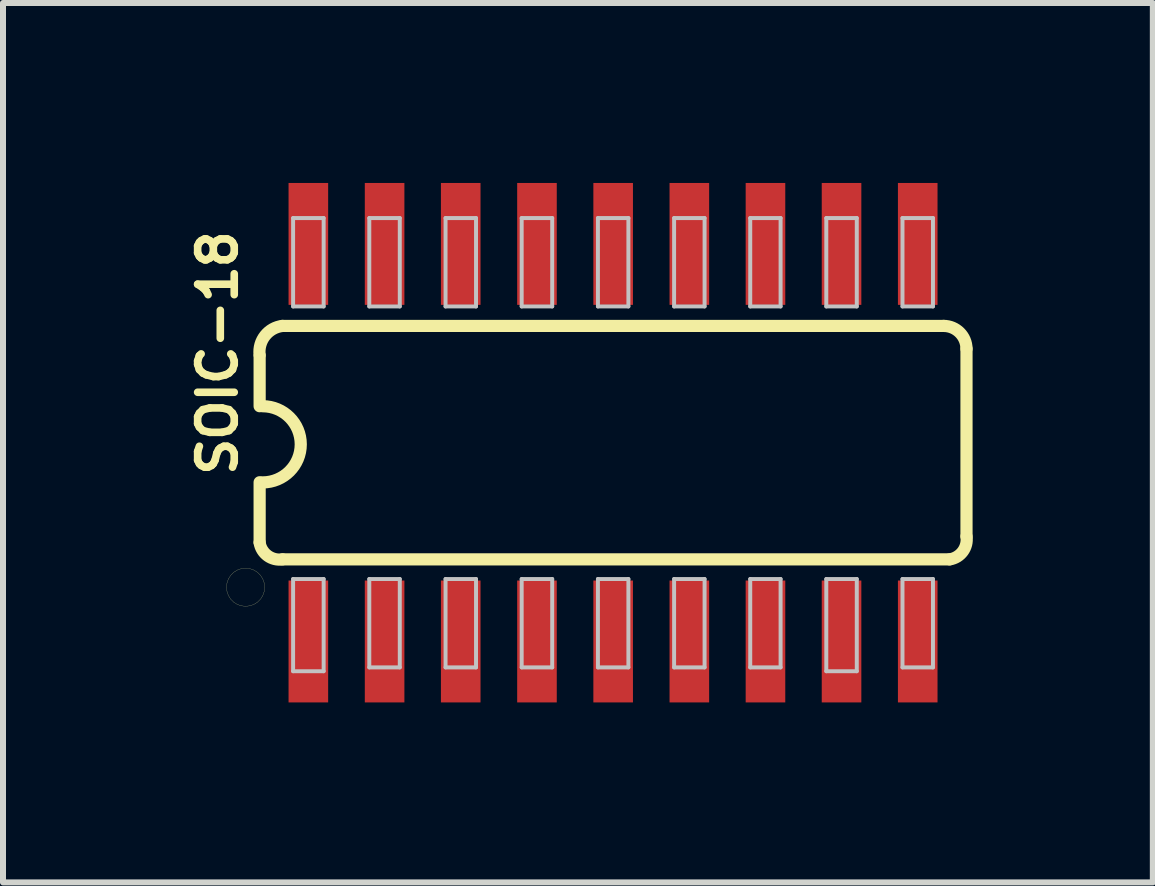
<source format=kicad_pcb>
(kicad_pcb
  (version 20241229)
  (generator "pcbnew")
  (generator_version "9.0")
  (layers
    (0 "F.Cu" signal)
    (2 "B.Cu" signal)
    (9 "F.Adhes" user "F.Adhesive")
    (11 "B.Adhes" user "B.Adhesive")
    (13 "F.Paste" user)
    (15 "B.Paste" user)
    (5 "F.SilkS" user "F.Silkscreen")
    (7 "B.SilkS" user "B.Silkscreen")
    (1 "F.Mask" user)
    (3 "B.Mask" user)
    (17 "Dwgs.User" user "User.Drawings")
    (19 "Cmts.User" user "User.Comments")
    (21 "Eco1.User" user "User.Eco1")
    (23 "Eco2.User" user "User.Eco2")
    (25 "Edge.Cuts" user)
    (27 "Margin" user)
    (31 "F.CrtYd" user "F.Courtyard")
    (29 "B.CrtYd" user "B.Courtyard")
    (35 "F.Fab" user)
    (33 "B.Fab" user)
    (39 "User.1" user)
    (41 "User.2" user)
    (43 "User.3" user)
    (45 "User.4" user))
  (footprint "SOIC-18"
    (layer "F.Cu")
    (at 9.774 4.359)
    (property "Reference" "SOIC-18" (at -9.195 -1.524 90) (layer "F.SilkS") (effects (font (size 0.61 0.61) (thickness 0.127))))
    (attr smd)
    (fp_line (start -9.047 2.38) (end -9.04 2.451) (stroke (width 0.003) (type solid)) (layer "F.SilkS"))
    (fp_line (start -9.04 2.309) (end -9.047 2.38) (stroke (width 0.003) (type solid)) (layer "F.SilkS"))
    (fp_line (start -9.04 2.451) (end -9.017 2.517) (stroke (width 0.003) (type solid)) (layer "F.SilkS"))
    (fp_line (start -9.017 2.243) (end -9.04 2.309) (stroke (width 0.003) (type solid)) (layer "F.SilkS"))
    (fp_line (start -9.017 2.517) (end -8.979 2.578) (stroke (width 0.003) (type solid)) (layer "F.SilkS"))
    (fp_line (start -8.979 2.182) (end -9.017 2.243) (stroke (width 0.003) (type solid)) (layer "F.SilkS"))
    (fp_line (start -8.979 2.578) (end -8.928 2.629) (stroke (width 0.003) (type solid)) (layer "F.SilkS"))
    (fp_line (start -8.928 2.131) (end -8.979 2.182) (stroke (width 0.003) (type solid)) (layer "F.SilkS"))
    (fp_line (start -8.928 2.629) (end -8.867 2.667) (stroke (width 0.003) (type solid)) (layer "F.SilkS"))
    (fp_line (start -8.867 2.093) (end -8.928 2.131) (stroke (width 0.003) (type solid)) (layer "F.SilkS"))
    (fp_line (start -8.867 2.667) (end -8.801 2.69) (stroke (width 0.003) (type solid)) (layer "F.SilkS"))
    (fp_line (start -8.801 2.07) (end -8.867 2.093) (stroke (width 0.003) (type solid)) (layer "F.SilkS"))
    (fp_line (start -8.801 2.69) (end -8.73 2.697) (stroke (width 0.003) (type solid)) (layer "F.SilkS"))
    (fp_line (start -8.73 2.062) (end -8.801 2.07) (stroke (width 0.003) (type solid)) (layer "F.SilkS"))
    (fp_line (start -8.73 2.697) (end -8.659 2.69) (stroke (width 0.003) (type solid)) (layer "F.SilkS"))
    (fp_line (start -8.659 2.07) (end -8.73 2.062) (stroke (width 0.003) (type solid)) (layer "F.SilkS"))
    (fp_line (start -8.659 2.69) (end -8.593 2.667) (stroke (width 0.003) (type solid)) (layer "F.SilkS"))
    (fp_line (start -8.593 2.093) (end -8.659 2.07) (stroke (width 0.003) (type solid)) (layer "F.SilkS"))
    (fp_line (start -8.593 2.667) (end -8.532 2.629) (stroke (width 0.003) (type solid)) (layer "F.SilkS"))
    (fp_line (start -8.532 2.131) (end -8.593 2.093) (stroke (width 0.003) (type solid)) (layer "F.SilkS"))
    (fp_line (start -8.532 2.629) (end -8.481 2.578) (stroke (width 0.003) (type solid)) (layer "F.SilkS"))
    (fp_line (start -8.496 -1.481) (end -8.496 -0.638) (stroke (width 0.203) (type solid)) (layer "F.SilkS"))
    (fp_line (start -8.496 1.633) (end -8.496 0.63) (stroke (width 0.203) (type solid)) (layer "F.SilkS"))
    (fp_line (start -8.481 2.182) (end -8.532 2.131) (stroke (width 0.003) (type solid)) (layer "F.SilkS"))
    (fp_line (start -8.481 2.578) (end -8.443 2.517) (stroke (width 0.003) (type solid)) (layer "F.SilkS"))
    (fp_line (start -8.443 2.243) (end -8.481 2.182) (stroke (width 0.003) (type solid)) (layer "F.SilkS"))
    (fp_line (start -8.443 2.517) (end -8.42 2.451) (stroke (width 0.003) (type solid)) (layer "F.SilkS"))
    (fp_line (start -8.42 2.309) (end -8.443 2.243) (stroke (width 0.003) (type solid)) (layer "F.SilkS"))
    (fp_line (start -8.42 2.451) (end -8.412 2.38) (stroke (width 0.003) (type solid)) (layer "F.SilkS"))
    (fp_line (start -8.412 2.38) (end -8.42 2.309) (stroke (width 0.003) (type solid)) (layer "F.SilkS"))
    (fp_line (start -8.115 1.915) (end 3.005 1.915) (stroke (width 0.203) (type solid)) (layer "F.SilkS"))
    (fp_line (start 2.906 -1.976) (end -8.115 -1.976) (stroke (width 0.203) (type solid)) (layer "F.SilkS"))
    (fp_line (start 3.287 1.534) (end 3.287 -1.595) (stroke (width 0.203) (type solid)) (layer "F.SilkS"))
    (fp_arc (start -8.4963 -1.49352) (mid -8.40575 -1.813728) (end -8.1153 -1.97612) (stroke (width 0.2032) (type solid)) (layer "F.SilkS"))
    (fp_arc (start -8.4455 -0.63754) (mid -7.8105 -0.00254) (end -8.4455 0.63246) (stroke (width 0.2032) (type solid)) (layer "F.SilkS"))
    (fp_arc (start -8.1153 1.91516) (mid -8.363666 1.854368) (end -8.4963 1.63576) (stroke (width 0.2032) (type solid)) (layer "F.SilkS"))
    (fp_arc (start 2.90576 -1.97612) (mid 3.175168 -1.864528) (end 3.28676 -1.59512) (stroke (width 0.2032) (type solid)) (layer "F.SilkS"))
    (fp_arc (start 3.28676 1.53416) (mid 3.225968 1.782526) (end 3.00736 1.91516) (stroke (width 0.2032) (type solid)) (layer "F.SilkS"))
    (fp_line (start -7.938 -3.774) (end -7.429 -3.774) (stroke (width 0.066) (type solid)) (layer "Dwgs.User"))
    (fp_line (start -7.938 -2.301) (end -7.938 -3.774) (stroke (width 0.066) (type solid)) (layer "Dwgs.User"))
    (fp_line (start -7.938 -2.301) (end -7.429 -2.301) (stroke (width 0.066) (type solid)) (layer "Dwgs.User"))
    (fp_line (start -7.938 2.243) (end -7.429 2.243) (stroke (width 0.066) (type solid)) (layer "Dwgs.User"))
    (fp_line (start -7.938 3.78) (end -7.938 2.243) (stroke (width 0.066) (type solid)) (layer "Dwgs.User"))
    (fp_line (start -7.938 3.78) (end -7.429 3.78) (stroke (width 0.066) (type solid)) (layer "Dwgs.User"))
    (fp_line (start -7.429 -2.301) (end -7.429 -3.774) (stroke (width 0.066) (type solid)) (layer "Dwgs.User"))
    (fp_line (start -7.429 3.78) (end -7.429 2.243) (stroke (width 0.066) (type solid)) (layer "Dwgs.User"))
    (fp_line (start -6.668 -3.774) (end -6.16 -3.774) (stroke (width 0.066) (type solid)) (layer "Dwgs.User"))
    (fp_line (start -6.668 -2.301) (end -6.668 -3.774) (stroke (width 0.066) (type solid)) (layer "Dwgs.User"))
    (fp_line (start -6.668 -2.301) (end -6.16 -2.301) (stroke (width 0.066) (type solid)) (layer "Dwgs.User"))
    (fp_line (start -6.668 2.243) (end -6.16 2.243) (stroke (width 0.066) (type solid)) (layer "Dwgs.User"))
    (fp_line (start -6.668 3.716) (end -6.668 2.243) (stroke (width 0.066) (type solid)) (layer "Dwgs.User"))
    (fp_line (start -6.668 3.716) (end -6.16 3.716) (stroke (width 0.066) (type solid)) (layer "Dwgs.User"))
    (fp_line (start -6.16 -2.301) (end -6.16 -3.774) (stroke (width 0.066) (type solid)) (layer "Dwgs.User"))
    (fp_line (start -6.16 3.716) (end -6.16 2.243) (stroke (width 0.066) (type solid)) (layer "Dwgs.User"))
    (fp_line (start -5.397 -3.774) (end -4.889 -3.774) (stroke (width 0.066) (type solid)) (layer "Dwgs.User"))
    (fp_line (start -5.397 -2.301) (end -5.397 -3.774) (stroke (width 0.066) (type solid)) (layer "Dwgs.User"))
    (fp_line (start -5.397 -2.301) (end -4.889 -2.301) (stroke (width 0.066) (type solid)) (layer "Dwgs.User"))
    (fp_line (start -5.397 2.243) (end -4.889 2.243) (stroke (width 0.066) (type solid)) (layer "Dwgs.User"))
    (fp_line (start -5.397 3.716) (end -5.397 2.243) (stroke (width 0.066) (type solid)) (layer "Dwgs.User"))
    (fp_line (start -5.397 3.716) (end -4.889 3.716) (stroke (width 0.066) (type solid)) (layer "Dwgs.User"))
    (fp_line (start -4.889 -2.301) (end -4.889 -3.774) (stroke (width 0.066) (type solid)) (layer "Dwgs.User"))
    (fp_line (start -4.889 3.716) (end -4.889 2.243) (stroke (width 0.066) (type solid)) (layer "Dwgs.User"))
    (fp_line (start -4.128 -3.774) (end -3.619 -3.774) (stroke (width 0.066) (type solid)) (layer "Dwgs.User"))
    (fp_line (start -4.128 -2.301) (end -4.128 -3.774) (stroke (width 0.066) (type solid)) (layer "Dwgs.User"))
    (fp_line (start -4.128 -2.301) (end -3.619 -2.301) (stroke (width 0.066) (type solid)) (layer "Dwgs.User"))
    (fp_line (start -4.128 2.243) (end -3.619 2.243) (stroke (width 0.066) (type solid)) (layer "Dwgs.User"))
    (fp_line (start -4.128 3.716) (end -4.128 2.243) (stroke (width 0.066) (type solid)) (layer "Dwgs.User"))
    (fp_line (start -4.128 3.716) (end -3.619 3.716) (stroke (width 0.066) (type solid)) (layer "Dwgs.User"))
    (fp_line (start -3.619 -2.301) (end -3.619 -3.774) (stroke (width 0.066) (type solid)) (layer "Dwgs.User"))
    (fp_line (start -3.619 3.716) (end -3.619 2.243) (stroke (width 0.066) (type solid)) (layer "Dwgs.User"))
    (fp_line (start -2.857 -3.774) (end -2.349 -3.774) (stroke (width 0.066) (type solid)) (layer "Dwgs.User"))
    (fp_line (start -2.857 -2.301) (end -2.857 -3.774) (stroke (width 0.066) (type solid)) (layer "Dwgs.User"))
    (fp_line (start -2.857 -2.301) (end -2.349 -2.301) (stroke (width 0.066) (type solid)) (layer "Dwgs.User"))
    (fp_line (start -2.857 2.243) (end -2.349 2.243) (stroke (width 0.066) (type solid)) (layer "Dwgs.User"))
    (fp_line (start -2.857 3.716) (end -2.857 2.243) (stroke (width 0.066) (type solid)) (layer "Dwgs.User"))
    (fp_line (start -2.857 3.716) (end -2.349 3.716) (stroke (width 0.066) (type solid)) (layer "Dwgs.User"))
    (fp_line (start -2.349 -2.301) (end -2.349 -3.774) (stroke (width 0.066) (type solid)) (layer "Dwgs.User"))
    (fp_line (start -2.349 3.716) (end -2.349 2.243) (stroke (width 0.066) (type solid)) (layer "Dwgs.User"))
    (fp_line (start -1.587 -3.774) (end -1.079 -3.774) (stroke (width 0.066) (type solid)) (layer "Dwgs.User"))
    (fp_line (start -1.587 -2.301) (end -1.587 -3.774) (stroke (width 0.066) (type solid)) (layer "Dwgs.User"))
    (fp_line (start -1.587 -2.301) (end -1.079 -2.301) (stroke (width 0.066) (type solid)) (layer "Dwgs.User"))
    (fp_line (start -1.587 2.243) (end -1.079 2.243) (stroke (width 0.066) (type solid)) (layer "Dwgs.User"))
    (fp_line (start -1.587 3.716) (end -1.587 2.243) (stroke (width 0.066) (type solid)) (layer "Dwgs.User"))
    (fp_line (start -1.587 3.716) (end -1.079 3.716) (stroke (width 0.066) (type solid)) (layer "Dwgs.User"))
    (fp_line (start -1.079 -2.301) (end -1.079 -3.774) (stroke (width 0.066) (type solid)) (layer "Dwgs.User"))
    (fp_line (start -1.079 3.716) (end -1.079 2.243) (stroke (width 0.066) (type solid)) (layer "Dwgs.User"))
    (fp_line (start -0.318 -3.774) (end 0.188 -3.774) (stroke (width 0.066) (type solid)) (layer "Dwgs.User"))
    (fp_line (start -0.318 -2.301) (end -0.318 -3.774) (stroke (width 0.066) (type solid)) (layer "Dwgs.User"))
    (fp_line (start -0.318 -2.301) (end 0.188 -2.301) (stroke (width 0.066) (type solid)) (layer "Dwgs.User"))
    (fp_line (start -0.318 2.243) (end 0.188 2.243) (stroke (width 0.066) (type solid)) (layer "Dwgs.User"))
    (fp_line (start -0.318 3.716) (end -0.318 2.243) (stroke (width 0.066) (type solid)) (layer "Dwgs.User"))
    (fp_line (start -0.318 3.716) (end 0.188 3.716) (stroke (width 0.066) (type solid)) (layer "Dwgs.User"))
    (fp_line (start 0.188 -2.301) (end 0.188 -3.774) (stroke (width 0.066) (type solid)) (layer "Dwgs.User"))
    (fp_line (start 0.188 3.716) (end 0.188 2.243) (stroke (width 0.066) (type solid)) (layer "Dwgs.User"))
    (fp_line (start 0.95 -3.774) (end 1.458 -3.774) (stroke (width 0.066) (type solid)) (layer "Dwgs.User"))
    (fp_line (start 0.95 -2.301) (end 0.95 -3.774) (stroke (width 0.066) (type solid)) (layer "Dwgs.User"))
    (fp_line (start 0.95 -2.301) (end 1.458 -2.301) (stroke (width 0.066) (type solid)) (layer "Dwgs.User"))
    (fp_line (start 0.95 2.243) (end 1.458 2.243) (stroke (width 0.066) (type solid)) (layer "Dwgs.User"))
    (fp_line (start 0.95 3.78) (end 0.95 2.243) (stroke (width 0.066) (type solid)) (layer "Dwgs.User"))
    (fp_line (start 0.95 3.78) (end 1.458 3.78) (stroke (width 0.066) (type solid)) (layer "Dwgs.User"))
    (fp_line (start 1.458 -2.301) (end 1.458 -3.774) (stroke (width 0.066) (type solid)) (layer "Dwgs.User"))
    (fp_line (start 1.458 3.78) (end 1.458 2.243) (stroke (width 0.066) (type solid)) (layer "Dwgs.User"))
    (fp_line (start 2.22 -3.774) (end 2.728 -3.774) (stroke (width 0.066) (type solid)) (layer "Dwgs.User"))
    (fp_line (start 2.22 -2.301) (end 2.22 -3.774) (stroke (width 0.066) (type solid)) (layer "Dwgs.User"))
    (fp_line (start 2.22 -2.301) (end 2.728 -2.301) (stroke (width 0.066) (type solid)) (layer "Dwgs.User"))
    (fp_line (start 2.22 2.243) (end 2.728 2.243) (stroke (width 0.066) (type solid)) (layer "Dwgs.User"))
    (fp_line (start 2.22 3.716) (end 2.22 2.243) (stroke (width 0.066) (type solid)) (layer "Dwgs.User"))
    (fp_line (start 2.22 3.716) (end 2.728 3.716) (stroke (width 0.066) (type solid)) (layer "Dwgs.User"))
    (fp_line (start 2.728 -2.301) (end 2.728 -3.774) (stroke (width 0.066) (type solid)) (layer "Dwgs.User"))
    (fp_line (start 2.728 3.716) (end 2.728 2.243) (stroke (width 0.066) (type solid)) (layer "Dwgs.User"))
    (pad "1" smd rect (at -7.684 3.284) (size 0.66 2.032) (layers "F.Cu" "F.Mask" "F.Paste"))
    (pad "2" smd rect (at -6.413 3.284) (size 0.66 2.032) (layers "F.Cu" "F.Mask" "F.Paste"))
    (pad "3" smd rect (at -5.144 3.284) (size 0.66 2.032) (layers "F.Cu" "F.Mask" "F.Paste"))
    (pad "4" smd rect (at -3.873 3.284) (size 0.66 2.032) (layers "F.Cu" "F.Mask" "F.Paste"))
    (pad "5" smd rect (at -2.603 3.284) (size 0.66 2.032) (layers "F.Cu" "F.Mask" "F.Paste"))
    (pad "6" smd rect (at -1.333 3.284) (size 0.66 2.032) (layers "F.Cu" "F.Mask" "F.Paste"))
    (pad "7" smd rect (at -0.064 3.284) (size 0.66 2.032) (layers "F.Cu" "F.Mask" "F.Paste"))
    (pad "8" smd rect (at 1.204 3.284) (size 0.66 2.032) (layers "F.Cu" "F.Mask" "F.Paste"))
    (pad "9" smd rect (at 2.474 3.284) (size 0.66 2.032) (layers "F.Cu" "F.Mask" "F.Paste"))
    (pad "10" smd rect (at 2.474 -3.343) (size 0.66 2.032) (layers "F.Cu" "F.Mask" "F.Paste"))
    (pad "11" smd rect (at 1.204 -3.343) (size 0.66 2.032) (layers "F.Cu" "F.Mask" "F.Paste"))
    (pad "12" smd rect (at -0.064 -3.343) (size 0.66 2.032) (layers "F.Cu" "F.Mask" "F.Paste"))
    (pad "13" smd rect (at -1.333 -3.343) (size 0.66 2.032) (layers "F.Cu" "F.Mask" "F.Paste"))
    (pad "14" smd rect (at -2.603 -3.343) (size 0.66 2.032) (layers "F.Cu" "F.Mask" "F.Paste"))
    (pad "15" smd rect (at -3.873 -3.343) (size 0.66 2.032) (layers "F.Cu" "F.Mask" "F.Paste"))
    (pad "16" smd rect (at -5.144 -3.343) (size 0.66 2.032) (layers "F.Cu" "F.Mask" "F.Paste"))
    (pad "17" smd rect (at -6.413 -3.343) (size 0.66 2.032) (layers "F.Cu" "F.Mask" "F.Paste"))
    (pad "18" smd rect (at -7.684 -3.343) (size 0.66 2.032) (layers "F.Cu" "F.Mask" "F.Paste")))
  (gr_rect
    (start -3 -3)
    (end 16.167 11.659)
    (stroke (width 0.1) (type default))
    (fill no)
    (layer "Edge.Cuts")))
</source>
